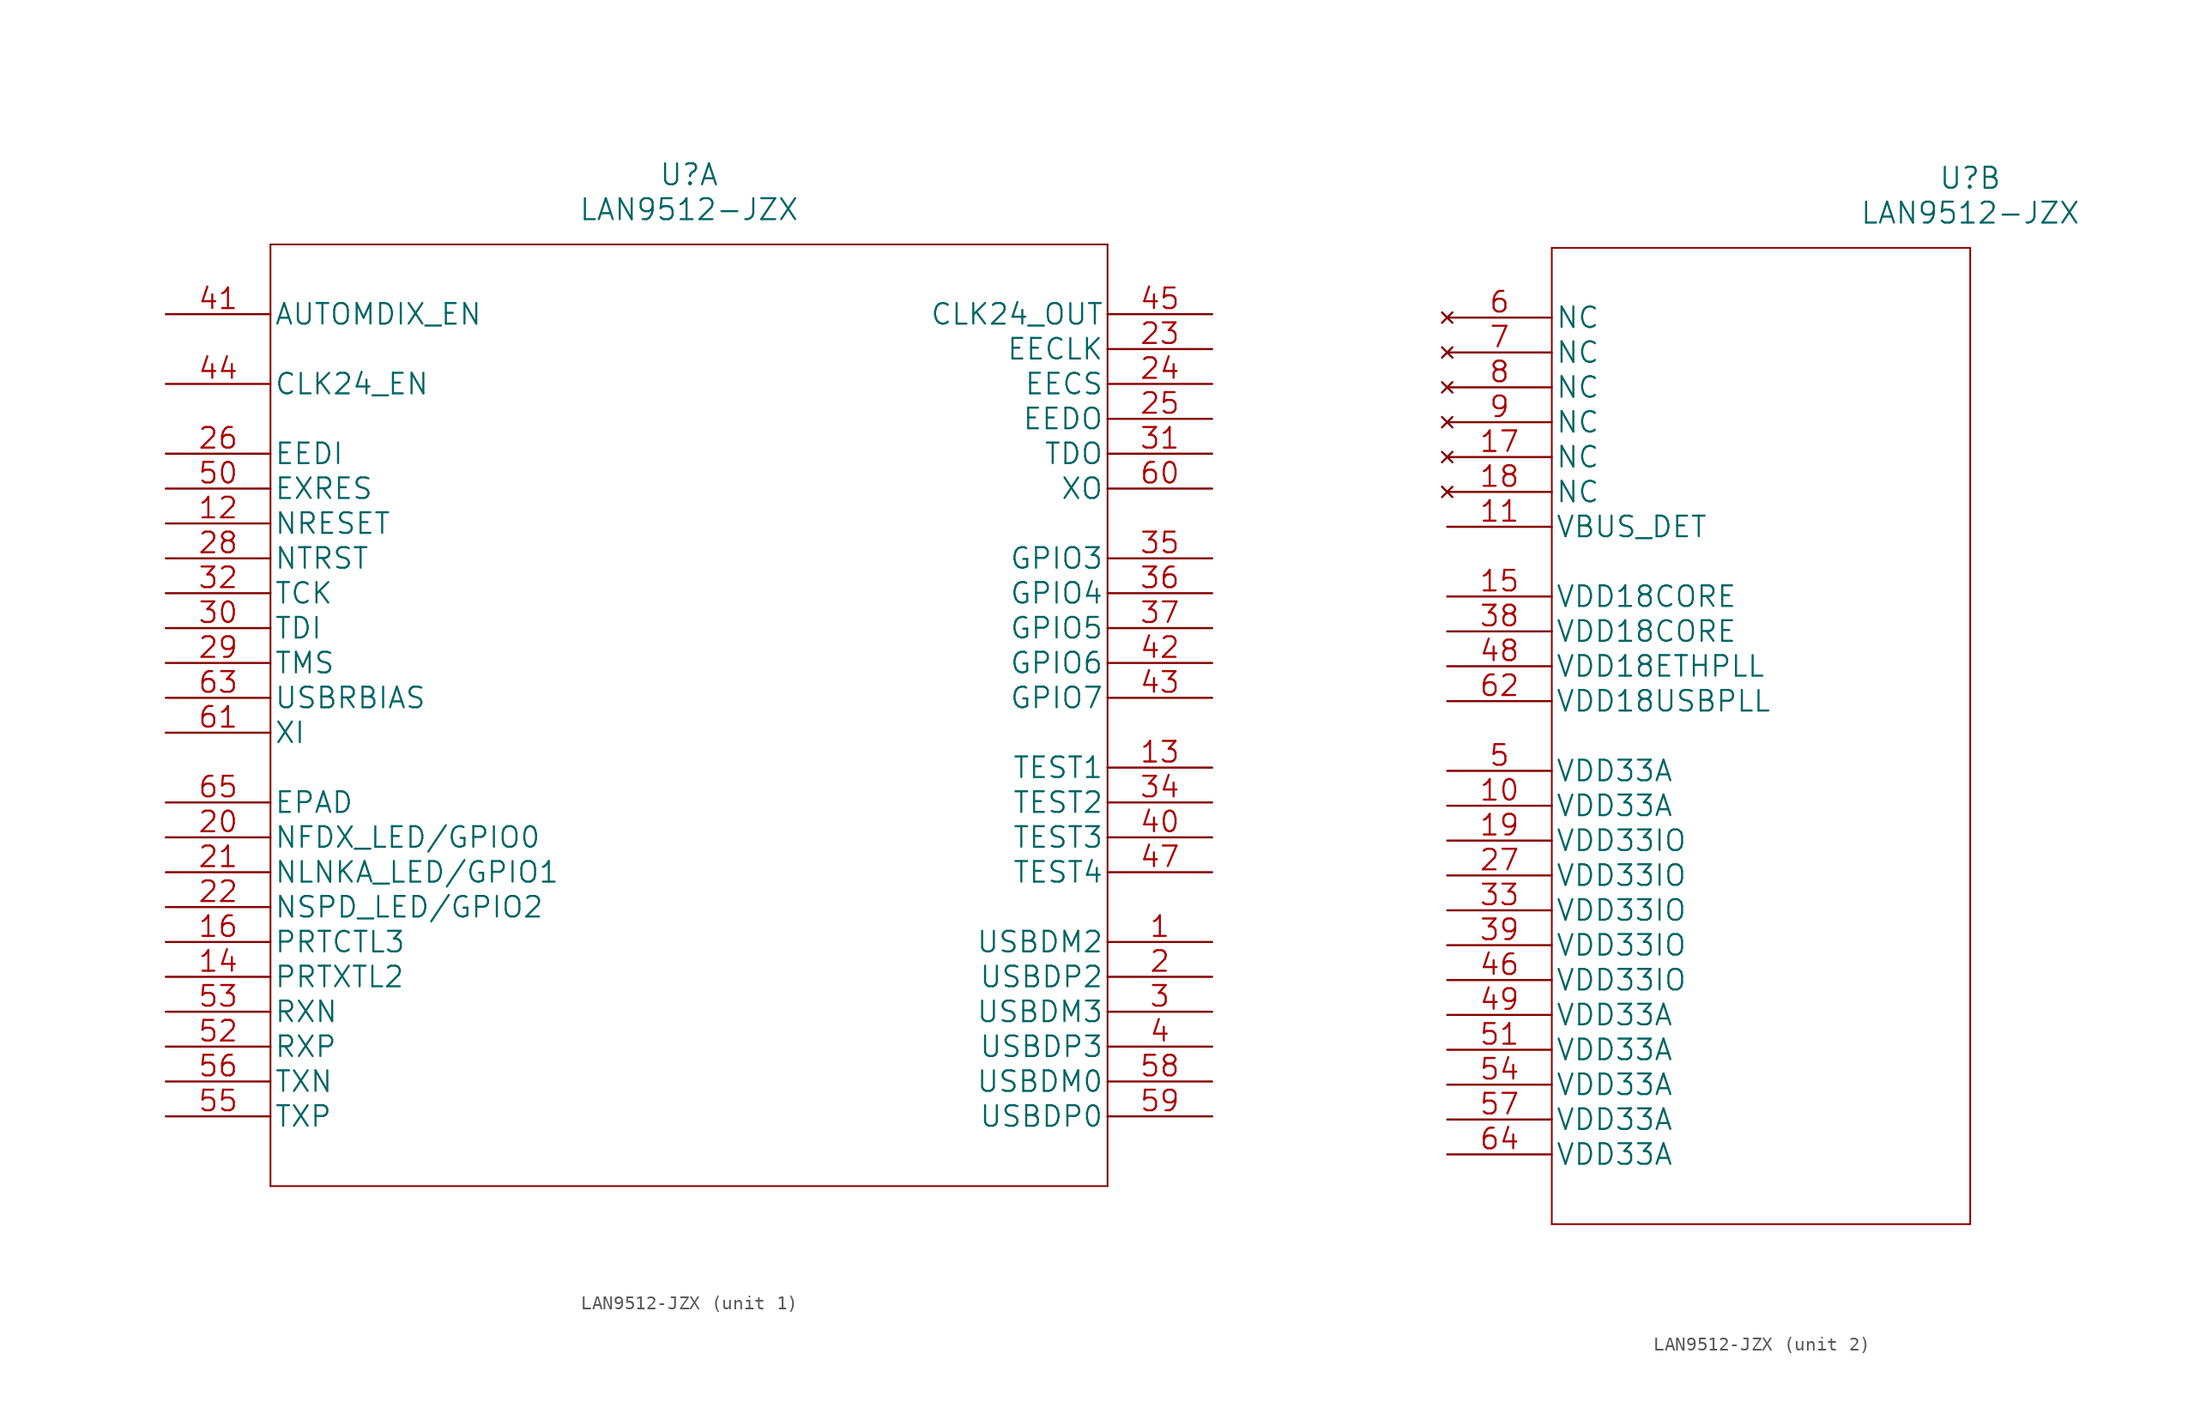
<source format=kicad_sym>
(kicad_symbol_lib
  (version 20201005)
  (generator kicad_symbol_editor)
  (symbol "lan9512jzx_func:LAN9512-JZX"
    (pin_names
      (offset 0.254))
    (property "Reference" "U"
      (at 38.1 10.16 0)
      (effects (font (size 1.524 1.524))))
    (property "Value" "LAN9512-JZX"
      (at 38.1 7.62 0)
      (effects (font (size 1.524 1.524))))
    (property "Datasheet" ""
      (at 0 0 0)
      (effects (font (size 1.524 1.524))))
    (symbol "LAN9512-JZX_1_1"
      (polyline (pts (xy 7.62 -63.5) (xy 68.58 -63.5)) (stroke (width 0.127)) (fill (type none)))
      (polyline (pts (xy 7.62 5.08) (xy 7.62 -63.5)) (stroke (width 0.127)) (fill (type none)))
      (polyline (pts (xy 68.58 -63.5) (xy 68.58 5.08)) (stroke (width 0.127)) (fill (type none)))
      (polyline (pts (xy 68.58 5.08) (xy 7.62 5.08)) (stroke (width 0.127)) (fill (type none)))
      (pin bidirectional line (at 76.2 -45.72 180) (length 7.62) (name "USBDM2" (effects (font (size 1.499 1.499)))) (number "1" (effects (font (size 1.499 1.499)))))
      (pin input line (at 0 -15.24 0) (length 7.62) (name "NRESET" (effects (font (size 1.499 1.499)))) (number "12" (effects (font (size 1.499 1.499)))))
      (pin unspecified line (at 76.2 -33.02 180) (length 7.62) (name "TEST1" (effects (font (size 1.499 1.499)))) (number "13" (effects (font (size 1.499 1.499)))))
      (pin bidirectional line (at 0 -48.26 0) (length 7.62) (name "PRTXTL2" (effects (font (size 1.499 1.499)))) (number "14" (effects (font (size 1.499 1.499)))))
      (pin bidirectional line (at 0 -45.72 0) (length 7.62) (name "PRTCTL3" (effects (font (size 1.499 1.499)))) (number "16" (effects (font (size 1.499 1.499)))))
      (pin bidirectional line (at 76.2 -48.26 180) (length 7.62) (name "USBDP2" (effects (font (size 1.499 1.499)))) (number "2" (effects (font (size 1.499 1.499)))))
      (pin bidirectional line (at 0 -38.1 0) (length 7.62) (name "NFDX_LED/GPIO0" (effects (font (size 1.499 1.499)))) (number "20" (effects (font (size 1.499 1.499)))))
      (pin bidirectional line (at 0 -40.64 0) (length 7.62) (name "NLNKA_LED/GPIO1" (effects (font (size 1.499 1.499)))) (number "21" (effects (font (size 1.499 1.499)))))
      (pin bidirectional line (at 0 -43.18 0) (length 7.62) (name "NSPD_LED/GPIO2" (effects (font (size 1.499 1.499)))) (number "22" (effects (font (size 1.499 1.499)))))
      (pin output line (at 76.2 -2.54 180) (length 7.62) (name "EECLK" (effects (font (size 1.499 1.499)))) (number "23" (effects (font (size 1.499 1.499)))))
      (pin output line (at 76.2 -5.08 180) (length 7.62) (name "EECS" (effects (font (size 1.499 1.499)))) (number "24" (effects (font (size 1.499 1.499)))))
      (pin output line (at 76.2 -7.62 180) (length 7.62) (name "EEDO" (effects (font (size 1.499 1.499)))) (number "25" (effects (font (size 1.499 1.499)))))
      (pin input line (at 0 -10.16 0) (length 7.62) (name "EEDI" (effects (font (size 1.499 1.499)))) (number "26" (effects (font (size 1.499 1.499)))))
      (pin input line (at 0 -17.78 0) (length 7.62) (name "NTRST" (effects (font (size 1.499 1.499)))) (number "28" (effects (font (size 1.499 1.499)))))
      (pin input line (at 0 -25.4 0) (length 7.62) (name "TMS" (effects (font (size 1.499 1.499)))) (number "29" (effects (font (size 1.499 1.499)))))
      (pin bidirectional line (at 76.2 -50.8 180) (length 7.62) (name "USBDM3" (effects (font (size 1.499 1.499)))) (number "3" (effects (font (size 1.499 1.499)))))
      (pin input line (at 0 -22.86 0) (length 7.62) (name "TDI" (effects (font (size 1.499 1.499)))) (number "30" (effects (font (size 1.499 1.499)))))
      (pin output line (at 76.2 -10.16 180) (length 7.62) (name "TDO" (effects (font (size 1.499 1.499)))) (number "31" (effects (font (size 1.499 1.499)))))
      (pin input line (at 0 -20.32 0) (length 7.62) (name "TCK" (effects (font (size 1.499 1.499)))) (number "32" (effects (font (size 1.499 1.499)))))
      (pin unspecified line (at 76.2 -35.56 180) (length 7.62) (name "TEST2" (effects (font (size 1.499 1.499)))) (number "34" (effects (font (size 1.499 1.499)))))
      (pin bidirectional line (at 76.2 -17.78 180) (length 7.62) (name "GPIO3" (effects (font (size 1.499 1.499)))) (number "35" (effects (font (size 1.499 1.499)))))
      (pin bidirectional line (at 76.2 -20.32 180) (length 7.62) (name "GPIO4" (effects (font (size 1.499 1.499)))) (number "36" (effects (font (size 1.499 1.499)))))
      (pin bidirectional line (at 76.2 -22.86 180) (length 7.62) (name "GPIO5" (effects (font (size 1.499 1.499)))) (number "37" (effects (font (size 1.499 1.499)))))
      (pin bidirectional line (at 76.2 -53.34 180) (length 7.62) (name "USBDP3" (effects (font (size 1.499 1.499)))) (number "4" (effects (font (size 1.499 1.499)))))
      (pin unspecified line (at 76.2 -38.1 180) (length 7.62) (name "TEST3" (effects (font (size 1.499 1.499)))) (number "40" (effects (font (size 1.499 1.499)))))
      (pin input line (at 0 0 0) (length 7.62) (name "AUTOMDIX_EN" (effects (font (size 1.499 1.499)))) (number "41" (effects (font (size 1.499 1.499)))))
      (pin bidirectional line (at 76.2 -25.4 180) (length 7.62) (name "GPIO6" (effects (font (size 1.499 1.499)))) (number "42" (effects (font (size 1.499 1.499)))))
      (pin bidirectional line (at 76.2 -27.94 180) (length 7.62) (name "GPIO7" (effects (font (size 1.499 1.499)))) (number "43" (effects (font (size 1.499 1.499)))))
      (pin input line (at 0 -5.08 0) (length 7.62) (name "CLK24_EN" (effects (font (size 1.499 1.499)))) (number "44" (effects (font (size 1.499 1.499)))))
      (pin output line (at 76.2 0 180) (length 7.62) (name "CLK24_OUT" (effects (font (size 1.499 1.499)))) (number "45" (effects (font (size 1.499 1.499)))))
      (pin unspecified line (at 76.2 -40.64 180) (length 7.62) (name "TEST4" (effects (font (size 1.499 1.499)))) (number "47" (effects (font (size 1.499 1.499)))))
      (pin input line (at 0 -12.7 0) (length 7.62) (name "EXRES" (effects (font (size 1.499 1.499)))) (number "50" (effects (font (size 1.499 1.499)))))
      (pin bidirectional line (at 0 -53.34 0) (length 7.62) (name "RXP" (effects (font (size 1.499 1.499)))) (number "52" (effects (font (size 1.499 1.499)))))
      (pin bidirectional line (at 0 -50.8 0) (length 7.62) (name "RXN" (effects (font (size 1.499 1.499)))) (number "53" (effects (font (size 1.499 1.499)))))
      (pin bidirectional line (at 0 -58.42 0) (length 7.62) (name "TXP" (effects (font (size 1.499 1.499)))) (number "55" (effects (font (size 1.499 1.499)))))
      (pin bidirectional line (at 0 -55.88 0) (length 7.62) (name "TXN" (effects (font (size 1.499 1.499)))) (number "56" (effects (font (size 1.499 1.499)))))
      (pin bidirectional line (at 76.2 -55.88 180) (length 7.62) (name "USBDM0" (effects (font (size 1.499 1.499)))) (number "58" (effects (font (size 1.499 1.499)))))
      (pin bidirectional line (at 76.2 -58.42 180) (length 7.62) (name "USBDP0" (effects (font (size 1.499 1.499)))) (number "59" (effects (font (size 1.499 1.499)))))
      (pin output line (at 76.2 -12.7 180) (length 7.62) (name "XO" (effects (font (size 1.499 1.499)))) (number "60" (effects (font (size 1.499 1.499)))))
      (pin input line (at 0 -30.48 0) (length 7.62) (name "XI" (effects (font (size 1.499 1.499)))) (number "61" (effects (font (size 1.499 1.499)))))
      (pin input line (at 0 -27.94 0) (length 7.62) (name "USBRBIAS" (effects (font (size 1.499 1.499)))) (number "63" (effects (font (size 1.499 1.499)))))
      (pin unspecified line (at 0 -35.56 0) (length 7.62) (name "EPAD" (effects (font (size 1.499 1.499)))) (number "65" (effects (font (size 1.499 1.499))))))
    (symbol "LAN9512-JZX_2_1"
      (polyline (pts (xy 7.62 -66.04) (xy 38.1 -66.04)) (stroke (width 0.127)) (fill (type none)))
      (polyline (pts (xy 7.62 5.08) (xy 7.62 -66.04)) (stroke (width 0.127)) (fill (type none)))
      (polyline (pts (xy 38.1 -66.04) (xy 38.1 5.08)) (stroke (width 0.127)) (fill (type none)))
      (polyline (pts (xy 38.1 5.08) (xy 7.62 5.08)) (stroke (width 0.127)) (fill (type none)))
      (pin power_in line (at 0 -35.56 0) (length 7.62) (name "VDD33A" (effects (font (size 1.499 1.499)))) (number "10" (effects (font (size 1.499 1.499)))))
      (pin power_in line (at 0 -15.24 0) (length 7.62) (name "VBUS_DET" (effects (font (size 1.499 1.499)))) (number "11" (effects (font (size 1.499 1.499)))))
      (pin power_in line (at 0 -20.32 0) (length 7.62) (name "VDD18CORE" (effects (font (size 1.499 1.499)))) (number "15" (effects (font (size 1.499 1.499)))))
      (pin no_connect line (at 0 -10.16 0) (length 7.62) (name "NC" (effects (font (size 1.499 1.499)))) (number "17" (effects (font (size 1.499 1.499)))))
      (pin no_connect line (at 0 -12.7 0) (length 7.62) (name "NC" (effects (font (size 1.499 1.499)))) (number "18" (effects (font (size 1.499 1.499)))))
      (pin power_in line (at 0 -38.1 0) (length 7.62) (name "VDD33IO" (effects (font (size 1.499 1.499)))) (number "19" (effects (font (size 1.499 1.499)))))
      (pin power_in line (at 0 -40.64 0) (length 7.62) (name "VDD33IO" (effects (font (size 1.499 1.499)))) (number "27" (effects (font (size 1.499 1.499)))))
      (pin power_in line (at 0 -43.18 0) (length 7.62) (name "VDD33IO" (effects (font (size 1.499 1.499)))) (number "33" (effects (font (size 1.499 1.499)))))
      (pin power_in line (at 0 -22.86 0) (length 7.62) (name "VDD18CORE" (effects (font (size 1.499 1.499)))) (number "38" (effects (font (size 1.499 1.499)))))
      (pin power_in line (at 0 -45.72 0) (length 7.62) (name "VDD33IO" (effects (font (size 1.499 1.499)))) (number "39" (effects (font (size 1.499 1.499)))))
      (pin power_in line (at 0 -48.26 0) (length 7.62) (name "VDD33IO" (effects (font (size 1.499 1.499)))) (number "46" (effects (font (size 1.499 1.499)))))
      (pin power_in line (at 0 -25.4 0) (length 7.62) (name "VDD18ETHPLL" (effects (font (size 1.499 1.499)))) (number "48" (effects (font (size 1.499 1.499)))))
      (pin power_in line (at 0 -50.8 0) (length 7.62) (name "VDD33A" (effects (font (size 1.499 1.499)))) (number "49" (effects (font (size 1.499 1.499)))))
      (pin power_in line (at 0 -33.02 0) (length 7.62) (name "VDD33A" (effects (font (size 1.499 1.499)))) (number "5" (effects (font (size 1.499 1.499)))))
      (pin power_in line (at 0 -53.34 0) (length 7.62) (name "VDD33A" (effects (font (size 1.499 1.499)))) (number "51" (effects (font (size 1.499 1.499)))))
      (pin power_in line (at 0 -55.88 0) (length 7.62) (name "VDD33A" (effects (font (size 1.499 1.499)))) (number "54" (effects (font (size 1.499 1.499)))))
      (pin power_in line (at 0 -58.42 0) (length 7.62) (name "VDD33A" (effects (font (size 1.499 1.499)))) (number "57" (effects (font (size 1.499 1.499)))))
      (pin no_connect line (at 0 0 0) (length 7.62) (name "NC" (effects (font (size 1.499 1.499)))) (number "6" (effects (font (size 1.499 1.499)))))
      (pin power_in line (at 0 -27.94 0) (length 7.62) (name "VDD18USBPLL" (effects (font (size 1.499 1.499)))) (number "62" (effects (font (size 1.499 1.499)))))
      (pin power_in line (at 0 -60.96 0) (length 7.62) (name "VDD33A" (effects (font (size 1.499 1.499)))) (number "64" (effects (font (size 1.499 1.499)))))
      (pin no_connect line (at 0 -2.54 0) (length 7.62) (name "NC" (effects (font (size 1.499 1.499)))) (number "7" (effects (font (size 1.499 1.499)))))
      (pin no_connect line (at 0 -5.08 0) (length 7.62) (name "NC" (effects (font (size 1.499 1.499)))) (number "8" (effects (font (size 1.499 1.499)))))
      (pin no_connect line (at 0 -7.62 0) (length 7.62) (name "NC" (effects (font (size 1.499 1.499)))) (number "9" (effects (font (size 1.499 1.499))))))))
</source>
